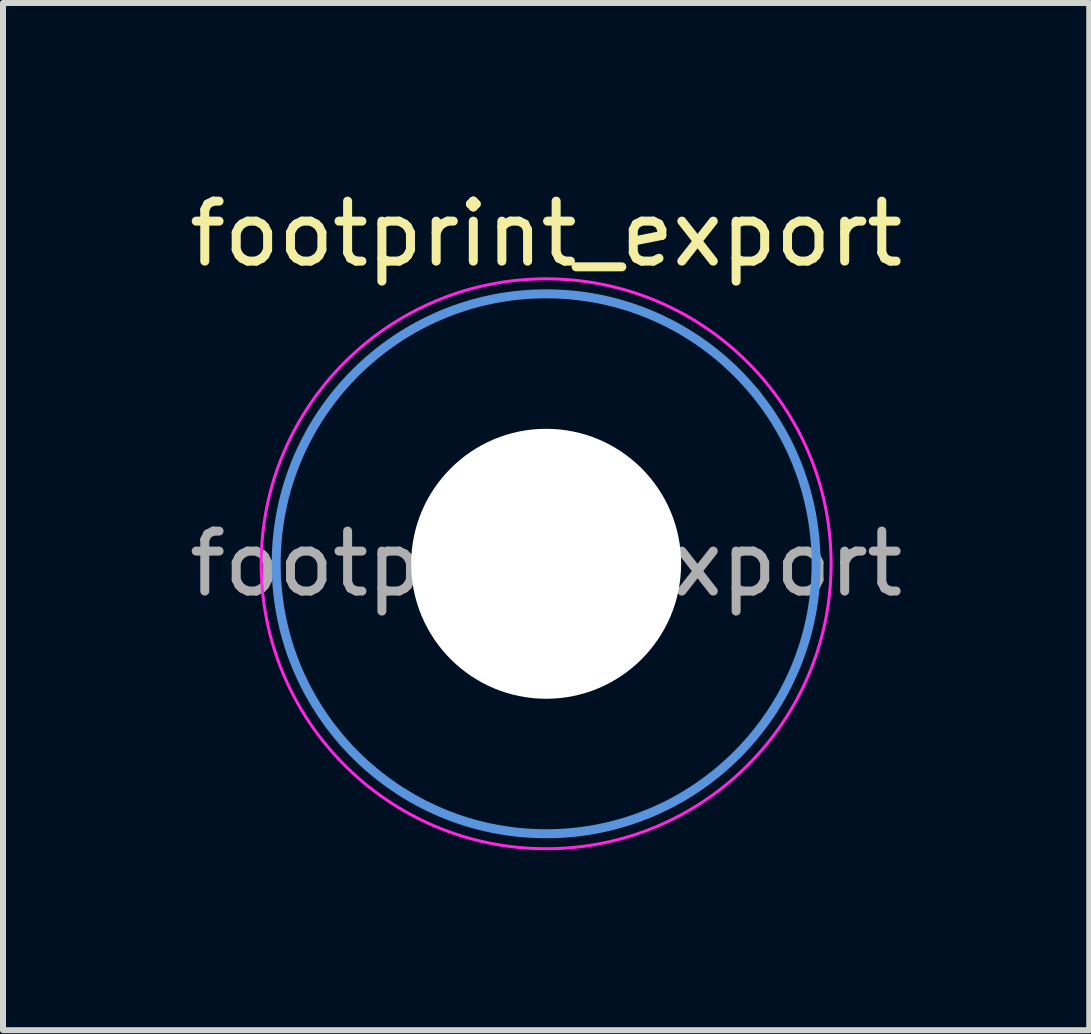
<source format=kicad_pcb>
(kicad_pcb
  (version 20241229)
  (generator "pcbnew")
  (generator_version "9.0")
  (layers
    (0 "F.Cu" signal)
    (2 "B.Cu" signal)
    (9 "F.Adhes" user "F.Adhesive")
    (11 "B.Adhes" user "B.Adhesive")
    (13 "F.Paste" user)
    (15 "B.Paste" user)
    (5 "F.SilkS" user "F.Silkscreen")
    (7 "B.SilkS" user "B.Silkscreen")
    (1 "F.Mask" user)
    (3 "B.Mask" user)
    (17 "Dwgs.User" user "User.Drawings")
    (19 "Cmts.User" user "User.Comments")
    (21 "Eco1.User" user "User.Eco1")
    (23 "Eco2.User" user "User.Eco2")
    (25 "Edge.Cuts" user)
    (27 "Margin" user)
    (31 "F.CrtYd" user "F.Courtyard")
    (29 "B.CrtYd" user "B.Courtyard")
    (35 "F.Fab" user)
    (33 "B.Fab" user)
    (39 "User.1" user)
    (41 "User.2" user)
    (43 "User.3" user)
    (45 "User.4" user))
  (footprint "footprint_export"
    (layer "F.Cu")
    (at 6.054 6.348)
    (property "Reference" "footprint_export" (at 0 -5.5 0) (layer "F.SilkS") (effects (font (size 1 1) (thickness 0.15))))
    (attr exclude_from_pos_files exclude_from_bom)
    (fp_circle (center 0 0) (end 4.5 0) (stroke (width 0.15) (type solid)) (fill no) (layer "Cmts.User"))
    (fp_circle (center 0 0) (end 4.75 0) (stroke (width 0.05) (type solid)) (fill no) (layer "F.CrtYd"))
    (fp_text user "${REFERENCE}" (at 0 0 0) (layer "F.Fab") (effects (font (size 1 1) (thickness 0.15))))
    (pad "" np_thru_hole circle (at 0 0) (size 4.5 4.5) (drill 4.5) (layers "*.Cu" "*.Mask")))
  (gr_rect
    (start -3 -3)
    (end 15.107 14.123)
    (stroke (width 0.1) (type default))
    (fill no)
    (layer "Edge.Cuts")))
</source>
